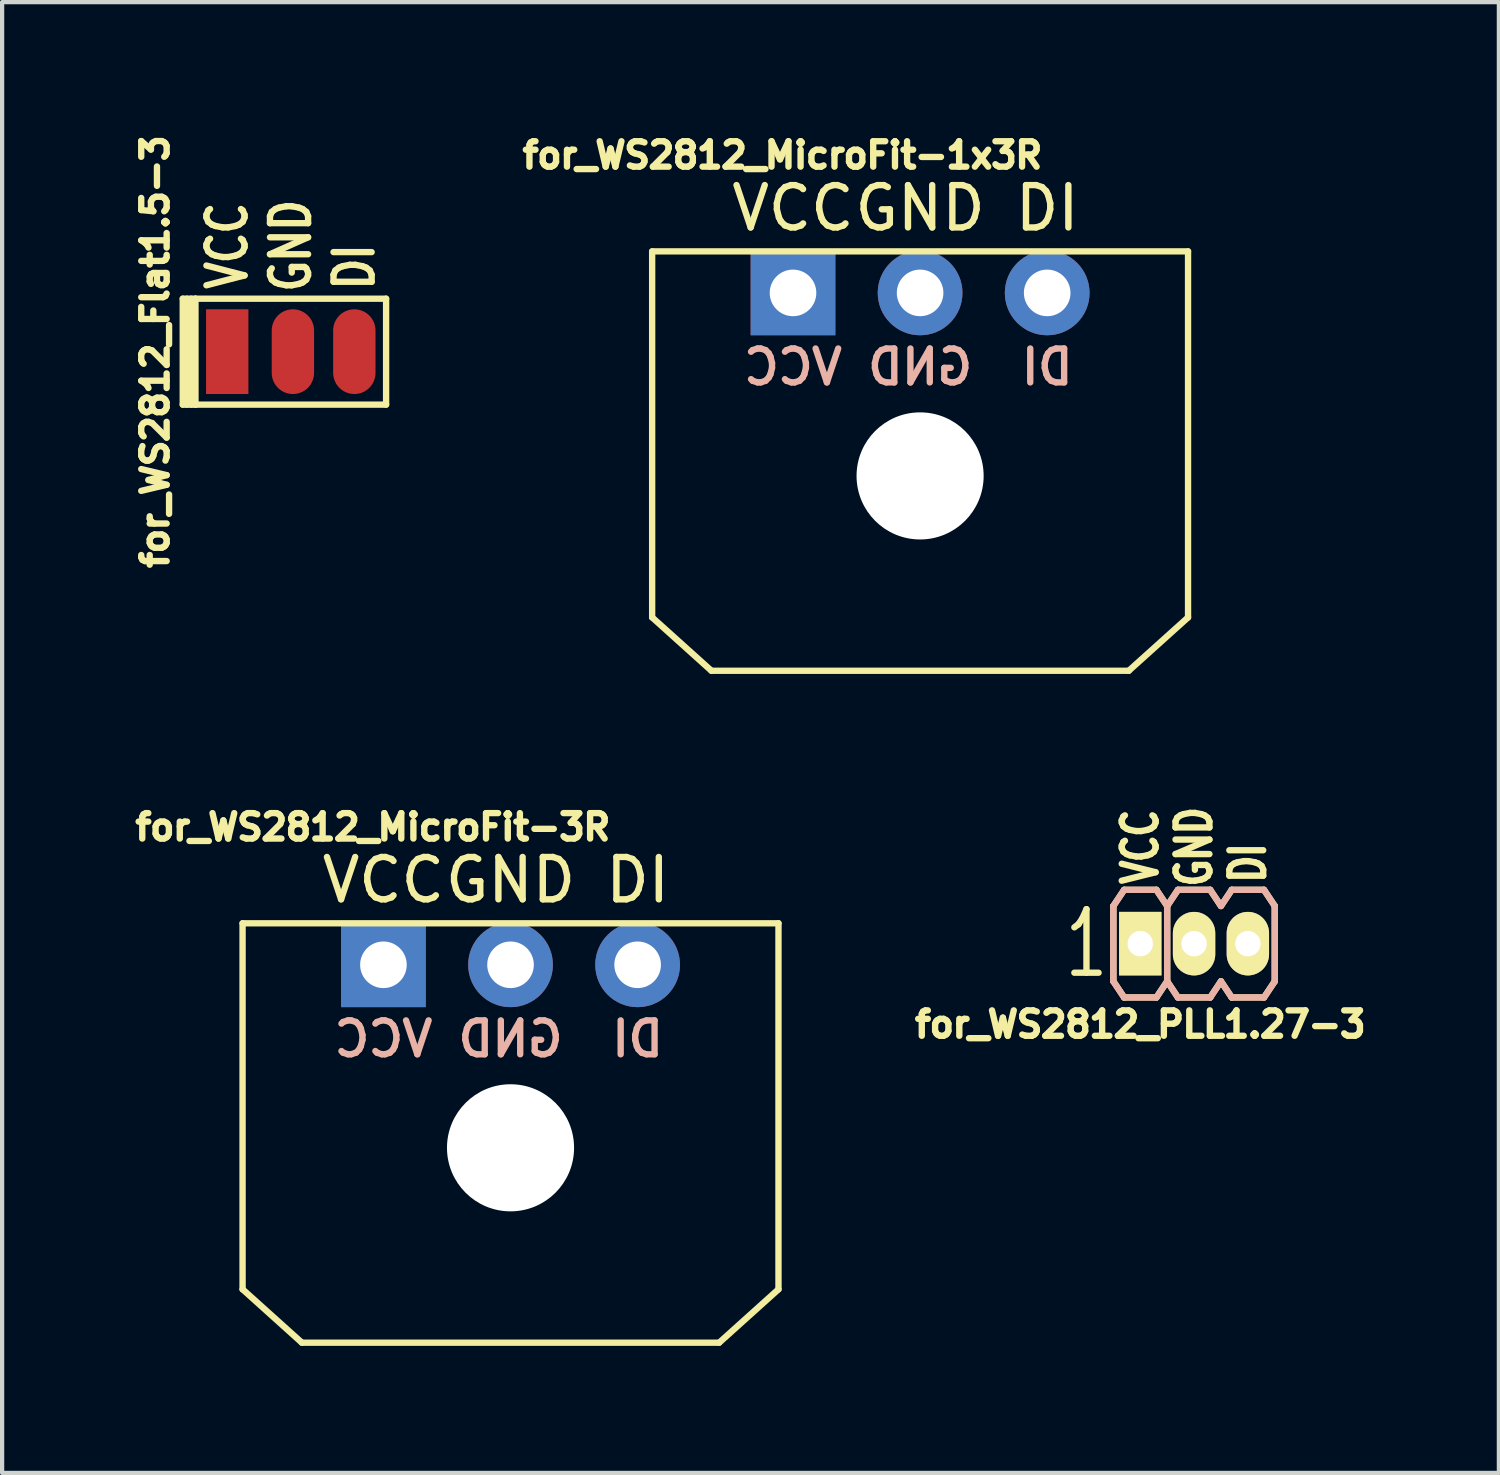
<source format=kicad_pcb>
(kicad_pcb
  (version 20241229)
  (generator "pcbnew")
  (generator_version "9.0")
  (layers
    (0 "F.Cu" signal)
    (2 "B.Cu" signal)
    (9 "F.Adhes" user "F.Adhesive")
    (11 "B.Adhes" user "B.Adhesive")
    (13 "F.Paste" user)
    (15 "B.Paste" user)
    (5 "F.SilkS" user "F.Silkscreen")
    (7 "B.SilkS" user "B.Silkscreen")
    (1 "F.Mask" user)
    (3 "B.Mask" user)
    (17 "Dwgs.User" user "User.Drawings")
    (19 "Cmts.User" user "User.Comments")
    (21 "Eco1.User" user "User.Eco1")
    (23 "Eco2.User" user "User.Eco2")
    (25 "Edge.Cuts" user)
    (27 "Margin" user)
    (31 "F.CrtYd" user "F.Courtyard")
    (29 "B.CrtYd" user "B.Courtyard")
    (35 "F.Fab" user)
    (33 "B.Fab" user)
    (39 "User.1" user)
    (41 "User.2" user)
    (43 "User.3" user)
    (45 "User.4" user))
  (footprint "for_WS2812_PLL1.27-3"
    (layer "F.Cu")
    (at 23.866 19.225)
    (property "Reference" "for_WS2812_PLL1.27-3" (at 0 1.905 0) (layer "F.SilkS") (effects (font (size 0.6 0.6) (thickness 0.15))))
    (attr through_hole)
    (fp_line (start -0.635 -0.889) (end -0.635 0.889) (stroke (width 0.15) (type solid)) (layer "F.SilkS"))
    (fp_line (start -0.635 0.889) (end -0.381 1.27) (stroke (width 0.15) (type solid)) (layer "F.SilkS"))
    (fp_line (start -0.381 -1.27) (end -0.635 -0.889) (stroke (width 0.15) (type solid)) (layer "F.SilkS"))
    (fp_line (start -0.381 1.27) (end 0.381 1.27) (stroke (width 0.15) (type solid)) (layer "F.SilkS"))
    (fp_line (start 0.381 -1.27) (end -0.381 -1.27) (stroke (width 0.15) (type solid)) (layer "F.SilkS"))
    (fp_line (start 0.381 1.27) (end 0.635 0.889) (stroke (width 0.15) (type solid)) (layer "F.SilkS"))
    (fp_line (start 0.635 -0.889) (end 0.381 -1.27) (stroke (width 0.15) (type solid)) (layer "F.SilkS"))
    (fp_line (start 0.635 -0.889) (end 0.635 0.889) (stroke (width 0.15) (type solid)) (layer "F.SilkS"))
    (fp_line (start 0.635 -0.889) (end 0.889 -1.27) (stroke (width 0.15) (type solid)) (layer "F.SilkS"))
    (fp_line (start 0.635 0.889) (end 0.889 1.27) (stroke (width 0.15) (type solid)) (layer "F.SilkS"))
    (fp_line (start 1.651 -1.27) (end 0.889 -1.27) (stroke (width 0.15) (type solid)) (layer "F.SilkS"))
    (fp_line (start 1.651 1.27) (end 0.889 1.27) (stroke (width 0.15) (type solid)) (layer "F.SilkS"))
    (fp_line (start 1.905 -0.889) (end 1.651 -1.27) (stroke (width 0.15) (type solid)) (layer "F.SilkS"))
    (fp_line (start 1.905 -0.889) (end 2.159 -1.27) (stroke (width 0.15) (type solid)) (layer "F.SilkS"))
    (fp_line (start 1.905 0.889) (end 1.651 1.27) (stroke (width 0.15) (type solid)) (layer "F.SilkS"))
    (fp_line (start 2.159 1.27) (end 1.905 0.889) (stroke (width 0.15) (type solid)) (layer "F.SilkS"))
    (fp_line (start 2.159 1.27) (end 2.921 1.27) (stroke (width 0.15) (type solid)) (layer "F.SilkS"))
    (fp_line (start 2.921 -1.27) (end 2.159 -1.27) (stroke (width 0.15) (type solid)) (layer "F.SilkS"))
    (fp_line (start 2.921 1.27) (end 3.175 0.889) (stroke (width 0.15) (type solid)) (layer "F.SilkS"))
    (fp_line (start 3.175 -0.889) (end 2.921 -1.27) (stroke (width 0.15) (type solid)) (layer "F.SilkS"))
    (fp_line (start 3.175 -0.889) (end 3.175 0.889) (stroke (width 0.15) (type solid)) (layer "F.SilkS"))
    (fp_line (start -0.635 -0.889) (end -0.635 0.889) (stroke (width 0.15) (type solid)) (layer "B.SilkS"))
    (fp_line (start -0.635 0.889) (end -0.381 1.27) (stroke (width 0.15) (type solid)) (layer "B.SilkS"))
    (fp_line (start -0.381 -1.27) (end -0.635 -0.889) (stroke (width 0.15) (type solid)) (layer "B.SilkS"))
    (fp_line (start -0.381 1.27) (end 0.381 1.27) (stroke (width 0.15) (type solid)) (layer "B.SilkS"))
    (fp_line (start 0.381 -1.27) (end -0.381 -1.27) (stroke (width 0.15) (type solid)) (layer "B.SilkS"))
    (fp_line (start 0.381 1.27) (end 0.635 0.889) (stroke (width 0.15) (type solid)) (layer "B.SilkS"))
    (fp_line (start 0.635 -0.889) (end 0.381 -1.27) (stroke (width 0.15) (type solid)) (layer "B.SilkS"))
    (fp_line (start 0.635 -0.889) (end 0.635 0.889) (stroke (width 0.15) (type solid)) (layer "B.SilkS"))
    (fp_line (start 0.635 -0.889) (end 0.889 -1.27) (stroke (width 0.15) (type solid)) (layer "B.SilkS"))
    (fp_line (start 0.635 0.889) (end 0.889 1.27) (stroke (width 0.15) (type solid)) (layer "B.SilkS"))
    (fp_line (start 1.651 -1.27) (end 0.889 -1.27) (stroke (width 0.15) (type solid)) (layer "B.SilkS"))
    (fp_line (start 1.651 1.27) (end 0.889 1.27) (stroke (width 0.15) (type solid)) (layer "B.SilkS"))
    (fp_line (start 1.905 -0.889) (end 1.651 -1.27) (stroke (width 0.15) (type solid)) (layer "B.SilkS"))
    (fp_line (start 1.905 0.889) (end 1.651 1.27) (stroke (width 0.15) (type solid)) (layer "B.SilkS"))
    (fp_line (start 2.159 -1.27) (end 1.905 -0.889) (stroke (width 0.15) (type solid)) (layer "B.SilkS"))
    (fp_line (start 2.159 1.27) (end 1.905 0.889) (stroke (width 0.15) (type solid)) (layer "B.SilkS"))
    (fp_line (start 2.159 1.27) (end 2.921 1.27) (stroke (width 0.15) (type solid)) (layer "B.SilkS"))
    (fp_line (start 2.921 -1.27) (end 2.159 -1.27) (stroke (width 0.15) (type solid)) (layer "B.SilkS"))
    (fp_line (start 2.921 1.27) (end 3.175 0.889) (stroke (width 0.15) (type solid)) (layer "B.SilkS"))
    (fp_line (start 3.175 -0.889) (end 2.921 -1.27) (stroke (width 0.15) (type solid)) (layer "B.SilkS"))
    (fp_line (start 3.175 -0.889) (end 3.175 0.889) (stroke (width 0.15) (type solid)) (layer "B.SilkS"))
    (fp_text user "DI" (at 2.54 -1.905 90) (layer "F.SilkS") (effects (font (size 0.8 0.6) (thickness 0.15))))
    (fp_text user "1" (at -1.27 0 0) (layer "F.SilkS") (effects (font (size 1.5 1) (thickness 0.15))))
    (fp_text user "VCC" (at 0 -2.286 90) (layer "F.SilkS") (effects (font (size 0.8 0.6) (thickness 0.15))))
    (fp_text user "GND" (at 1.27 -2.286 90) (layer "F.SilkS") (effects (font (size 0.8 0.6) (thickness 0.15))))
    (pad "1" thru_hole rect (at 0 0) (size 1 1.5) (drill 0.6) (layers "*.Cu" "*.Mask" "F.SilkS"))
    (pad "2" thru_hole oval (at 1.27 0) (size 1 1.5) (drill 0.6) (layers "*.Cu" "*.Mask" "F.SilkS"))
    (pad "3" thru_hole oval (at 2.54 0) (size 1 1.5) (drill 0.6) (layers "*.Cu" "*.Mask" "F.SilkS")))
  (footprint "for_WS2812_MicroFit-1x3R"
    (layer "F.Cu")
    (at 18.669 3.864)
    (property "Reference" "for_WS2812_MicroFit-1x3R" (at -3.25 -3.25 0) (layer "F.SilkS") (effects (font (size 0.6 0.6) (thickness 0.15))))
    (attr through_hole)
    (fp_line (start -6.325 7.66) (end -6.325 -0.98) (stroke (width 0.15) (type solid)) (layer "F.SilkS"))
    (fp_line (start -4.925 8.92) (end -6.325 7.66) (stroke (width 0.15) (type solid)) (layer "F.SilkS"))
    (fp_line (start -4.925 8.92) (end 4.925 8.92) (stroke (width 0.15) (type solid)) (layer "F.SilkS"))
    (fp_line (start 4.925 8.92) (end 6.325 7.66) (stroke (width 0.15) (type solid)) (layer "F.SilkS"))
    (fp_line (start 6.325 -0.98) (end -6.325 -0.98) (stroke (width 0.15) (type solid)) (layer "F.SilkS"))
    (fp_line (start 6.325 7.66) (end 6.325 -0.98) (stroke (width 0.15) (type solid)) (layer "F.SilkS"))
    (fp_text user "DI" (at 3 -2 0) (layer "F.SilkS") (effects (font (size 1 1) (thickness 0.15))))
    (fp_text user "GND" (at 0 -2 0) (layer "F.SilkS") (effects (font (size 1 1) (thickness 0.15))))
    (fp_text user "VCC" (at -3 -2 0) (layer "F.SilkS") (effects (font (size 1 1) (thickness 0.15))))
    (fp_text user "VCC" (at -3 1.75 0) (layer "B.SilkS") (effects (font (size 0.8 0.8) (thickness 0.15)) (justify mirror)))
    (fp_text user "DI" (at 3 1.75 0) (layer "B.SilkS") (effects (font (size 0.8 0.8) (thickness 0.15)) (justify mirror)))
    (fp_text user "GND" (at 0 1.75 0) (layer "B.SilkS") (effects (font (size 0.8 0.8) (thickness 0.15)) (justify mirror)))
    (pad "" np_thru_hole circle (at 0 4.32) (size 3 3) (drill 3) (layers "*.Cu" "*.Mask"))
    (pad "1" thru_hole rect (at -3 0) (size 2 2) (drill 1.1) (layers "*.Cu" "*.Mask"))
    (pad "2" thru_hole circle (at 0 0) (size 2 2) (drill 1.1) (layers "*.Cu" "*.Mask"))
    (pad "3" thru_hole circle (at 3 0) (size 2 2) (drill 1.1) (layers "*.Cu" "*.Mask")))
  (footprint "for_WS2812_MicroFit-3R"
    (layer "F.Cu")
    (at 9.001 19.724)
    (property "Reference" "for_WS2812_MicroFit-3R" (at -3.25 -3.25 0) (layer "F.SilkS") (effects (font (size 0.6 0.6) (thickness 0.15))))
    (attr through_hole)
    (fp_line (start -6.325 7.66) (end -6.325 -0.98) (stroke (width 0.15) (type solid)) (layer "F.SilkS"))
    (fp_line (start -4.925 8.92) (end -6.325 7.66) (stroke (width 0.15) (type solid)) (layer "F.SilkS"))
    (fp_line (start -4.925 8.92) (end 4.925 8.92) (stroke (width 0.15) (type solid)) (layer "F.SilkS"))
    (fp_line (start 4.925 8.92) (end 6.325 7.66) (stroke (width 0.15) (type solid)) (layer "F.SilkS"))
    (fp_line (start 6.325 -0.98) (end -6.325 -0.98) (stroke (width 0.15) (type solid)) (layer "F.SilkS"))
    (fp_line (start 6.325 7.66) (end 6.325 -0.98) (stroke (width 0.15) (type solid)) (layer "F.SilkS"))
    (fp_text user "DI" (at 3 -2 0) (layer "F.SilkS") (effects (font (size 1 1) (thickness 0.15))))
    (fp_text user "VCC" (at -3 -2 0) (layer "F.SilkS") (effects (font (size 1 1) (thickness 0.15))))
    (fp_text user "GND" (at 0 -2 0) (layer "F.SilkS") (effects (font (size 1 1) (thickness 0.15))))
    (fp_text user "VCC" (at -3 1.75 0) (layer "B.SilkS") (effects (font (size 0.8 0.8) (thickness 0.15)) (justify mirror)))
    (fp_text user "GND" (at 0 1.75 0) (layer "B.SilkS") (effects (font (size 0.8 0.8) (thickness 0.15)) (justify mirror)))
    (fp_text user "DI" (at 3 1.75 0) (layer "B.SilkS") (effects (font (size 0.8 0.8) (thickness 0.15)) (justify mirror)))
    (pad "" np_thru_hole circle (at 0 4.32) (size 3 3) (drill 3) (layers "*.Cu" "*.Mask"))
    (pad "1" thru_hole rect (at -3 0) (size 2 2) (drill 1.1) (layers "*.Cu" "*.Mask"))
    (pad "2" thru_hole circle (at 0 0) (size 2 2) (drill 1.1) (layers "*.Cu" "*.Mask"))
    (pad "3" thru_hole circle (at 3 0) (size 2 2) (drill 1.1) (layers "*.Cu" "*.Mask")))
  (footprint "for_WS2812_Flat1.5-3"
    (layer "F.Cu")
    (at 3.814 5.251)
    (property "Reference" "for_WS2812_Flat1.5-3" (at -3.2 0 90) (layer "F.SilkS") (effects (font (size 0.6 0.6) (thickness 0.15))))
    (attr through_hole)
    (fp_line (start -2.55 1.25) (end -2.55 -1.25) (stroke (width 0.15) (type solid)) (layer "F.SilkS"))
    (fp_line (start -2.45 -1.25) (end -2.45 1.25) (stroke (width 0.15) (type solid)) (layer "F.SilkS"))
    (fp_line (start -2.35 1.25) (end -2.35 -1.25) (stroke (width 0.15) (type solid)) (layer "F.SilkS"))
    (fp_line (start -2.25 -1.25) (end -2.55 -1.25) (stroke (width 0.15) (type solid)) (layer "F.SilkS"))
    (fp_line (start -2.25 -1.25) (end 2.25 -1.25) (stroke (width 0.15) (type solid)) (layer "F.SilkS"))
    (fp_line (start -2.25 1.25) (end -2.55 1.25) (stroke (width 0.15) (type solid)) (layer "F.SilkS"))
    (fp_line (start -2.25 1.25) (end -2.25 -1.25) (stroke (width 0.15) (type solid)) (layer "F.SilkS"))
    (fp_line (start 2.25 1.25) (end -2.25 1.25) (stroke (width 0.15) (type solid)) (layer "F.SilkS"))
    (fp_line (start 2.25 1.25) (end 2.25 -1.25) (stroke (width 0.15) (type solid)) (layer "F.SilkS"))
    (fp_text user "GND" (at 0 -2.5 90) (layer "F.SilkS") (effects (font (size 0.9 0.7) (thickness 0.15))))
    (fp_text user "DI" (at 1.5 -2 90) (layer "F.SilkS") (effects (font (size 0.9 0.7) (thickness 0.15))))
    (fp_text user "VCC" (at -1.5 -2.5 90) (layer "F.SilkS") (effects (font (size 0.9 0.7) (thickness 0.15))))
    (pad "1" smd rect (at -1.5 0) (size 1 2) (layers "F.Cu" "F.Mask" "F.Paste"))
    (pad "2" smd oval (at 0.05 0) (size 1 2) (layers "F.Cu" "F.Mask" "F.Paste"))
    (pad "3" smd oval (at 1.5 0) (size 1 2) (layers "F.Cu" "F.Mask" "F.Paste")))
  (gr_rect
    (start -3 -3)
    (end 32.331 31.718)
    (stroke (width 0.1) (type default))
    (fill no)
    (layer "Edge.Cuts")))
</source>
